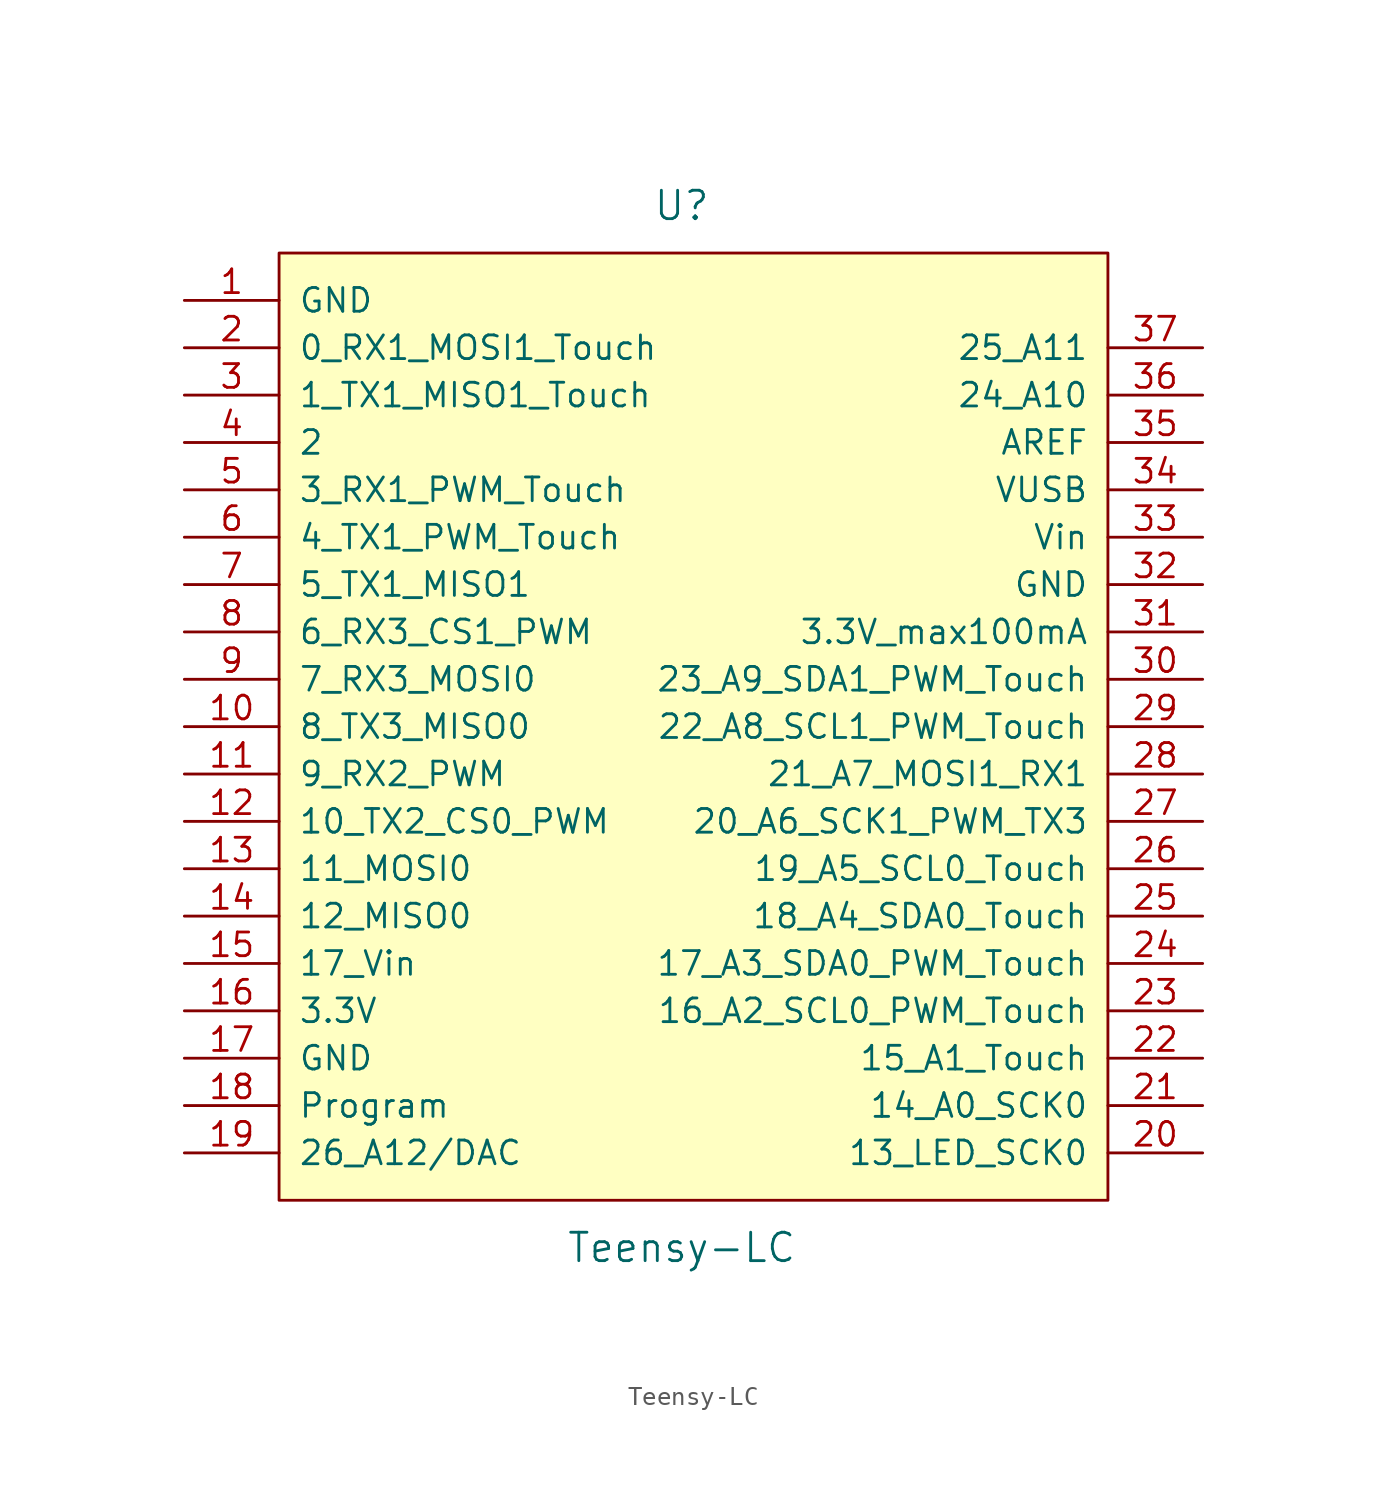
<source format=kicad_sym>
(kicad_symbol_lib
  (version 20220914)
  (generator kicad_symbol_editor)
  (symbol "Teensy-LC"
    (pin_names
      (offset 1.016))
    (property "Reference" "U"
      (at 0 29.21 0)
      (effects (font (size 1.524 1.524))))
    (property "Value" "Teensy-LC"
      (at 0 -26.67 0)
      (effects (font (size 1.524 1.524))))
    (property "Footprint" ""
      (at 0 -13.97 0)
      (effects (font (size 1.524 1.524))))
    (property "Datasheet" ""
      (at 0 -13.97 0)
      (effects (font (size 1.524 1.524))))
    (symbol "Teensy-LC_0_1"
      (rectangle (start -21.59 26.67) (end 22.86 -24.13) (stroke (width 0) (type solid)) (fill (type background))))
    (symbol "Teensy-LC_1_1"
      (pin power_in line (at -26.67 24.13 0) (length 5.08) (name "GND" (effects (font (size 1.27 1.27)))) (number "1" (effects (font (size 1.27 1.27)))))
      (pin bidirectional line (at -26.67 1.27 0) (length 5.08) (name "8_TX3_MISO0" (effects (font (size 1.27 1.27)))) (number "10" (effects (font (size 1.27 1.27)))))
      (pin bidirectional line (at -26.67 -1.27 0) (length 5.08) (name "9_RX2_PWM" (effects (font (size 1.27 1.27)))) (number "11" (effects (font (size 1.27 1.27)))))
      (pin bidirectional line (at -26.67 -3.81 0) (length 5.08) (name "10_TX2_CS0_PWM" (effects (font (size 1.27 1.27)))) (number "12" (effects (font (size 1.27 1.27)))))
      (pin bidirectional line (at -26.67 -6.35 0) (length 5.08) (name "11_MOSI0" (effects (font (size 1.27 1.27)))) (number "13" (effects (font (size 1.27 1.27)))))
      (pin bidirectional line (at -26.67 -8.89 0) (length 5.08) (name "12_MISO0" (effects (font (size 1.27 1.27)))) (number "14" (effects (font (size 1.27 1.27)))))
      (pin power_in line (at -26.67 -11.43 0) (length 5.08) (name "17_Vin" (effects (font (size 1.27 1.27)))) (number "15" (effects (font (size 1.27 1.27)))))
      (pin power_in line (at -26.67 -13.97 0) (length 5.08) (name "3.3V" (effects (font (size 1.27 1.27)))) (number "16" (effects (font (size 1.27 1.27)))))
      (pin power_in line (at -26.67 -16.51 0) (length 5.08) (name "GND" (effects (font (size 1.27 1.27)))) (number "17" (effects (font (size 1.27 1.27)))))
      (pin input line (at -26.67 -19.05 0) (length 5.08) (name "Program" (effects (font (size 1.27 1.27)))) (number "18" (effects (font (size 1.27 1.27)))))
      (pin bidirectional line (at -26.67 -21.59 0) (length 5.08) (name "26_A12/DAC" (effects (font (size 1.27 1.27)))) (number "19" (effects (font (size 1.27 1.27)))))
      (pin bidirectional line (at -26.67 21.59 0) (length 5.08) (name "0_RX1_MOSI1_Touch" (effects (font (size 1.27 1.27)))) (number "2" (effects (font (size 1.27 1.27)))))
      (pin bidirectional line (at 27.94 -21.59 180) (length 5.08) (name "13_LED_SCK0" (effects (font (size 1.27 1.27)))) (number "20" (effects (font (size 1.27 1.27)))))
      (pin bidirectional line (at 27.94 -19.05 180) (length 5.08) (name "14_A0_SCK0" (effects (font (size 1.27 1.27)))) (number "21" (effects (font (size 1.27 1.27)))))
      (pin bidirectional line (at 27.94 -16.51 180) (length 5.08) (name "15_A1_Touch" (effects (font (size 1.27 1.27)))) (number "22" (effects (font (size 1.27 1.27)))))
      (pin bidirectional line (at 27.94 -13.97 180) (length 5.08) (name "16_A2_SCL0_PWM_Touch" (effects (font (size 1.27 1.27)))) (number "23" (effects (font (size 1.27 1.27)))))
      (pin bidirectional line (at 27.94 -11.43 180) (length 5.08) (name "17_A3_SDA0_PWM_Touch" (effects (font (size 1.27 1.27)))) (number "24" (effects (font (size 1.27 1.27)))))
      (pin bidirectional line (at 27.94 -8.89 180) (length 5.08) (name "18_A4_SDA0_Touch" (effects (font (size 1.27 1.27)))) (number "25" (effects (font (size 1.27 1.27)))))
      (pin bidirectional line (at 27.94 -6.35 180) (length 5.08) (name "19_A5_SCL0_Touch" (effects (font (size 1.27 1.27)))) (number "26" (effects (font (size 1.27 1.27)))))
      (pin bidirectional line (at 27.94 -3.81 180) (length 5.08) (name "20_A6_SCK1_PWM_TX3" (effects (font (size 1.27 1.27)))) (number "27" (effects (font (size 1.27 1.27)))))
      (pin bidirectional line (at 27.94 -1.27 180) (length 5.08) (name "21_A7_MOSI1_RX1" (effects (font (size 1.27 1.27)))) (number "28" (effects (font (size 1.27 1.27)))))
      (pin bidirectional line (at 27.94 1.27 180) (length 5.08) (name "22_A8_SCL1_PWM_Touch" (effects (font (size 1.27 1.27)))) (number "29" (effects (font (size 1.27 1.27)))))
      (pin bidirectional line (at -26.67 19.05 0) (length 5.08) (name "1_TX1_MISO1_Touch" (effects (font (size 1.27 1.27)))) (number "3" (effects (font (size 1.27 1.27)))))
      (pin bidirectional line (at 27.94 3.81 180) (length 5.08) (name "23_A9_SDA1_PWM_Touch" (effects (font (size 1.27 1.27)))) (number "30" (effects (font (size 1.27 1.27)))))
      (pin power_in line (at 27.94 6.35 180) (length 5.08) (name "3.3V_max100mA" (effects (font (size 1.27 1.27)))) (number "31" (effects (font (size 1.27 1.27)))))
      (pin power_in line (at 27.94 8.89 180) (length 5.08) (name "GND" (effects (font (size 1.27 1.27)))) (number "32" (effects (font (size 1.27 1.27)))))
      (pin power_in line (at 27.94 11.43 180) (length 5.08) (name "Vin" (effects (font (size 1.27 1.27)))) (number "33" (effects (font (size 1.27 1.27)))))
      (pin power_in line (at 27.94 13.97 180) (length 5.08) (name "VUSB" (effects (font (size 1.27 1.27)))) (number "34" (effects (font (size 1.27 1.27)))))
      (pin input line (at 27.94 16.51 180) (length 5.08) (name "AREF" (effects (font (size 1.27 1.27)))) (number "35" (effects (font (size 1.27 1.27)))))
      (pin bidirectional line (at 27.94 19.05 180) (length 5.08) (name "24_A10" (effects (font (size 1.27 1.27)))) (number "36" (effects (font (size 1.27 1.27)))))
      (pin bidirectional line (at 27.94 21.59 180) (length 5.08) (name "25_A11" (effects (font (size 1.27 1.27)))) (number "37" (effects (font (size 1.27 1.27)))))
      (pin bidirectional line (at -26.67 16.51 0) (length 5.08) (name "2" (effects (font (size 1.27 1.27)))) (number "4" (effects (font (size 1.27 1.27)))))
      (pin bidirectional line (at -26.67 13.97 0) (length 5.08) (name "3_RX1_PWM_Touch" (effects (font (size 1.27 1.27)))) (number "5" (effects (font (size 1.27 1.27)))))
      (pin bidirectional line (at -26.67 11.43 0) (length 5.08) (name "4_TX1_PWM_Touch" (effects (font (size 1.27 1.27)))) (number "6" (effects (font (size 1.27 1.27)))))
      (pin bidirectional line (at -26.67 8.89 0) (length 5.08) (name "5_TX1_MISO1" (effects (font (size 1.27 1.27)))) (number "7" (effects (font (size 1.27 1.27)))))
      (pin bidirectional line (at -26.67 6.35 0) (length 5.08) (name "6_RX3_CS1_PWM" (effects (font (size 1.27 1.27)))) (number "8" (effects (font (size 1.27 1.27)))))
      (pin bidirectional line (at -26.67 3.81 0) (length 5.08) (name "7_RX3_MOSI0" (effects (font (size 1.27 1.27)))) (number "9" (effects (font (size 1.27 1.27))))))))
</source>
